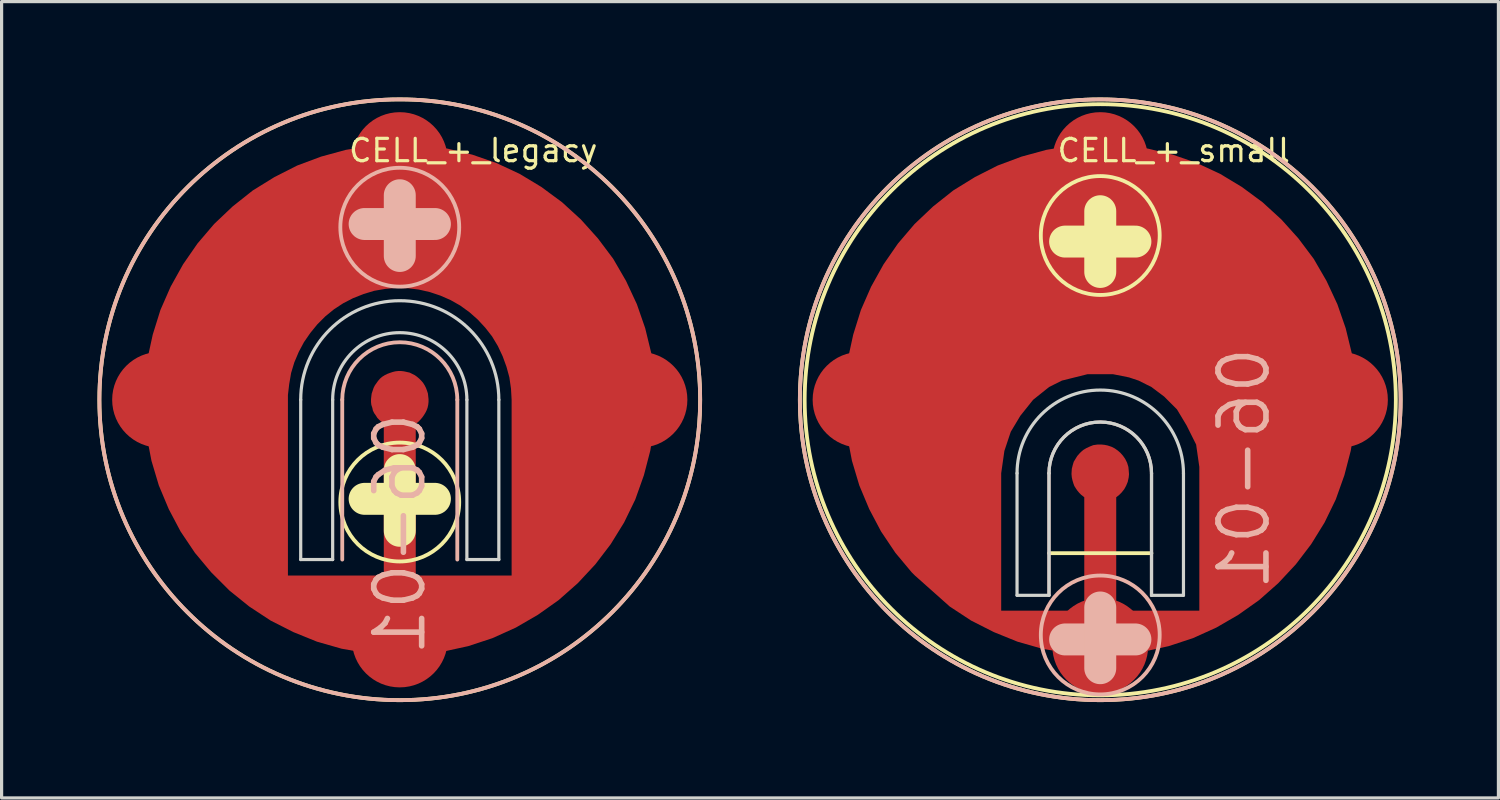
<source format=kicad_pcb>
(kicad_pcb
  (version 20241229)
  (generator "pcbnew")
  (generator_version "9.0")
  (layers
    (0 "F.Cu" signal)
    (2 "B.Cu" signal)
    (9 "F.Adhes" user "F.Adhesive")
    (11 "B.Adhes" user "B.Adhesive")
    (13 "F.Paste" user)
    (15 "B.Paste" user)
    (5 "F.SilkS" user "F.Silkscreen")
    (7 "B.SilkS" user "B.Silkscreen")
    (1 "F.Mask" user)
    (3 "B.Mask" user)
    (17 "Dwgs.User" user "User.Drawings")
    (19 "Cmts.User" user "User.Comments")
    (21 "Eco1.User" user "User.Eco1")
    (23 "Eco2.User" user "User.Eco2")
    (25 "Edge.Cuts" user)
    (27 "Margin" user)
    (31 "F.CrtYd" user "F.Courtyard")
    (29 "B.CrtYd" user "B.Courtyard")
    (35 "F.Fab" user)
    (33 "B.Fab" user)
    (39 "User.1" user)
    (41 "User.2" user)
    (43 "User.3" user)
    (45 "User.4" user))
  (footprint "CELL_+_small"
    (layer "F.Cu")
    (at 31.38 9.46)
    (property "Reference" "CELL_+_small" (at 2.3 -7.8 0) (layer "F.SilkS") (effects (font (size 0.7 0.7) (thickness 0.1))))
    (property "Number" "06-01" (at 0 0 0) (layer "F.Fab") (hide yes) (effects (font (size 1.27 1.27) (thickness 0.15))))
    (attr smd)
    (fp_line (start -1.1 -4.95) (end 1.1 -4.95) (stroke (width 1) (type solid)) (layer "F.SilkS"))
    (fp_line (start 0 -5.9) (end 0 -4) (stroke (width 1) (type solid)) (layer "F.SilkS"))
    (fp_line (start 1.6 4.8) (end -1.6 4.8) (stroke (width 0.12) (type solid)) (layer "F.SilkS"))
    (fp_circle (center 0 -5.14) (end -1.5 -6.24) (stroke (width 0.12) (type solid)) (fill no) (layer "F.SilkS"))
    (fp_circle (center 0 0) (end 9.25 0) (stroke (width 0.12) (type solid)) (fill no) (layer "F.SilkS"))
    (fp_circle (center 0 0) (end 9.4 0) (stroke (width 0.12) (type solid)) (fill no) (layer "F.SilkS"))
    (fp_line (start -1.604 6.119) (end -1.604 2.3) (stroke (width 0.1) (type solid)) (layer "B.SilkS"))
    (fp_line (start -1.1 7.5) (end 1.1 7.5) (stroke (width 1) (type solid)) (layer "B.SilkS"))
    (fp_line (start 0 6.5) (end 0 8.4) (stroke (width 1) (type solid)) (layer "B.SilkS"))
    (fp_line (start 1.604 2.3) (end 1.604 6.119) (stroke (width 0.1) (type solid)) (layer "B.SilkS"))
    (fp_arc (start -1.604005 2.3) (mid 0 0.695995) (end 1.604005 2.3) (stroke (width 0.1) (type solid)) (layer "B.SilkS"))
    (fp_circle (center 0 0) (end 9.4 0) (stroke (width 0.12) (type solid)) (fill no) (layer "B.SilkS"))
    (fp_circle (center 0 7.36) (end 1.86 7.36) (stroke (width 0.12) (type solid)) (fill no) (layer "B.SilkS"))
    (fp_line (start -2.604 2.3) (end -2.604 6.119) (stroke (width 0.1) (type solid)) (layer "Edge.Cuts"))
    (fp_line (start -1.604 6.119) (end -2.604 6.119) (stroke (width 0.1) (type solid)) (layer "Edge.Cuts"))
    (fp_line (start -1.604 6.119) (end -1.604 2.3) (stroke (width 0.1) (type solid)) (layer "Edge.Cuts"))
    (fp_line (start 1.604 2.3) (end 1.604 6.119) (stroke (width 0.1) (type solid)) (layer "Edge.Cuts"))
    (fp_line (start 1.604 6.119) (end 2.604 6.119) (stroke (width 0.1) (type solid)) (layer "Edge.Cuts"))
    (fp_line (start 2.604 6.119) (end 2.604 2.3) (stroke (width 0.1) (type solid)) (layer "Edge.Cuts"))
    (fp_arc (start -2.603817 2.3) (mid 0 -0.303817) (end 2.603817 2.3) (stroke (width 0.1) (type solid)) (layer "Edge.Cuts"))
    (fp_arc (start -1.604005 2.3) (mid 0 0.695995) (end 1.604005 2.3) (stroke (width 0.1) (type solid)) (layer "Edge.Cuts"))
    (fp_text user "${Number}" (at 4.5 2.15 90) (layer "B.SilkS") (effects (font (size 1.5 1.5) (thickness 0.175)) (justify mirror)))
    (pad "" smd circle (at 0 2.3) (size 1.8 1.8) (layers "F.Mask"))
    (pad "" smd circle (at 0 2.3) (size 3.3 3.3) (layers "F.Paste"))
    (pad "" smd rect (at 0 3.6) (size 3.3 2.5) (layers "F.Paste"))
    (pad "1" smd circle (at -7.5 0) (size 3 3) (layers "F.Cu"))
    (pad "1" smd circle (at 0 -7.5) (size 3 3) (layers "F.Cu"))
    (pad "1" smd custom (at 0 -3) (size 3 3) (layers "F.Cu") (options (anchor circle)) (primitives (gr_poly (pts (xy -6.41 7.79) (xy -6.86 7.12) (xy -7.23 6.42) (xy -7.54 5.68) (xy -7.77 4.91) (xy -7.92 4.13) (xy -7.99 3.33) (xy -7.99 2.53) (xy -7.9 1.74) (xy -7.73 0.96) (xy -7.49 0.19) (xy -7.17 -0.54) (xy -6.78 -1.24) (xy -6.33 -1.89) (xy -5.81 -2.5) (xy -5.23 -3.05) (xy -4.6 -3.55) (xy -3.92 -3.97) (xy -3.21 -4.33) (xy -2.46 -4.61) (xy -1.69 -4.82) (xy -0.9 -4.95) (xy -0.1 -5) (xy 0.7 -4.97) (xy 1.49 -4.86) (xy 2.27 -4.67) (xy 3.02 -4.41) (xy 3.75 -4.07) (xy 4.43 -3.66) (xy 5.08 -3.18) (xy 5.67 -2.64) (xy 6.2 -2.05) (xy 6.68 -1.41) (xy 7.08 -0.72) (xy 7.42 0.01) (xy 7.68 0.76) (xy 7.87 1.54) (xy 7.97 2.34) (xy 7.995 3) (xy 8 3) (xy 7.997 3.056) (xy 8 3.13) (xy 7.994 3.13) (xy 7.96 3.8) (xy 7.84 4.59) (xy 7.64 5.36) (xy 7.37 6.12) (xy 7.02 6.84) (xy 6.6 7.52) (xy 6.12 8.15) (xy 5.57 8.74) (xy 4.97 9.27) (xy 4.32 9.73) (xy 3.63 10.13) (xy 2.9 10.46) (xy 2.14 10.71) (xy 1.36 10.88) (xy 0.57 10.98) (xy -0.23 11) (xy -1.03 10.93) (xy -1.82 10.79) (xy -2.59 10.57) (xy -3.33 10.27) (xy -4.04 9.91) (xy -4.71 9.47) (xy -5.8 8.5) (xy -3.1 9.6) (xy -0.5 9.6) (xy -0.5 6.05) (xy -0.6 5.971) (xy -0.66 5.91) (xy -0.711 5.85) (xy -0.76 5.78) (xy -0.81 5.7) (xy -0.84 5.62) (xy -0.87 5.52) (xy -0.89 5.43) (xy -0.9 5.32) (xy -0.89 5.16) (xy -0.86 5.04) (xy -0.83 4.94) (xy -0.77 4.841) (xy -0.72 4.76) (xy -0.65 4.68) (xy -0.6 4.63) (xy -0.53 4.57) (xy -0.43 4.51) (xy -0.32 4.46) (xy -0.22 4.42) (xy -0.08 4.4) (xy 0.03 4.4) (xy 0.13 4.41) (xy 0.23 4.43) (xy 0.35 4.47) (xy 0.45 4.52) (xy 0.55 4.59) (xy 0.63 4.66) (xy 0.71 4.75) (xy 0.78 4.85) (xy 0.84 4.97) (xy 0.88 5.1) (xy 0.89 5.2) (xy 0.9 5.33) (xy 0.89 5.43) (xy 0.86 5.57) (xy 0.81 5.69) (xy 0.75 5.8) (xy 0.67 5.9) (xy 0.59 5.98) (xy 0.5 6.05) (xy 0.5 9.6) (xy 3.1 9.6) (xy 3.1 5.1) (xy 3 4.4) (xy 2.7 3.8) (xy 2.4 3.3) (xy 2 2.9) (xy 1.6 2.6) (xy 1.2 2.4) (xy 0.9 2.3) (xy 0.4 2.2) (xy 0 2.2) (xy -0.4 2.2) (xy -0.8 2.3) (xy -1.2 2.4) (xy -1.6 2.6) (xy -2.1 3) (xy -2.5 3.5) (xy -2.8 4) (xy -3 4.6) (xy -3.1 5.3) (xy -3.1 9.6) (xy -5.8 8.5) (xy -5.9 8.4)) (width 0) (fill yes))))
    (pad "1" smd circle (at 0 7.7) (size 3 3) (layers "F.Cu"))
    (pad "1" smd circle (at 7.5 0) (size 3 3) (layers "F.Cu"))
    (zone (net_name "") (layers "F.Cu" "B.Cu") (hatch edge 0.508) (connect_pads) (min_thickness 0.254) (filled_areas_thickness no) (keepout (tracks not_allowed) (vias not_allowed) (pads allowed) (copperpour not_allowed) (footprints allowed)) (placement (enabled no)) (fill) (polygon (pts (xy 33.03 11.812) (xy 32.98 11.26) (xy 32.78 10.86) (xy 32.43 10.46) (xy 32.03 10.21) (xy 31.43 10.06) (xy 31.42 10.862) (xy 31.6 10.892) (xy 31.77 10.952) (xy 31.92 11.042) (xy 32.05 11.162) (xy 32.135 11.272) (xy 32.2 11.392) (xy 32.26 11.562) (xy 32.28 11.742) (xy 32.275 11.877) (xy 32.25 12.012) (xy 32.2 12.132) (xy 32.13 12.252) (xy 32.02 12.392) (xy 31.88 12.512) (xy 30.88 12.512) (xy 30.74 12.392) (xy 30.63 12.252) (xy 30.54 12.102) (xy 30.485 11.877) (xy 30.49 11.652) (xy 30.53 11.482) (xy 30.6 11.312) (xy 30.7 11.172) (xy 30.83 11.042) (xy 30.99 10.952) (xy 31.16 10.892) (xy 31.33 10.862) (xy 31.33 10.06) (xy 30.88 10.16) (xy 30.68 10.26) (xy 30.28 10.46) (xy 29.98 10.86) (xy 29.78 11.26) (xy 29.73 11.662) (xy 29.73 12.162) (xy 29.73 12.662) (xy 29.701 15.662) (xy 33.001 15.652) (xy 33.03 12.512)))))
  (footprint "CELL_+_legacy"
    (layer "F.Cu")
    (at 9.46 9.46)
    (property "Reference" "CELL_+_legacy" (at 2.3 -7.8 0) (layer "F.SilkS") (effects (font (size 0.7 0.7) (thickness 0.1))))
    (property "Number" "06-01" (at 0 0 0) (layer "F.Fab") (hide yes) (effects (font (size 1.27 1.27) (thickness 0.15))))
    (attr through_hole)
    (fp_line (start -1.1 3.1) (end 1.1 3.1) (stroke (width 1) (type solid)) (layer "F.SilkS"))
    (fp_line (start 0 2.2) (end 0 4.1) (stroke (width 1) (type solid)) (layer "F.SilkS"))
    (fp_circle (center 0 0) (end 9.4 0) (stroke (width 0.12) (type solid)) (fill no) (layer "F.SilkS"))
    (fp_circle (center 0 3.2) (end -1.5 2.1) (stroke (width 0.12) (type solid)) (fill no) (layer "F.SilkS"))
    (fp_line (start -1.8 0) (end -1.8 5) (stroke (width 0.12) (type solid)) (layer "B.SilkS"))
    (fp_line (start -1.1 -5.5) (end 1.1 -5.5) (stroke (width 1) (type solid)) (layer "B.SilkS"))
    (fp_line (start 0 -6.4) (end 0 -4.5) (stroke (width 1) (type solid)) (layer "B.SilkS"))
    (fp_line (start 1.8 0) (end 1.8 5) (stroke (width 0.12) (type solid)) (layer "B.SilkS"))
    (fp_arc (start -1.8 0) (mid 0 -1.8) (end 1.8 0) (stroke (width 0.12) (type solid)) (layer "B.SilkS"))
    (fp_circle (center 0 -5.4) (end 1.86 -5.4) (stroke (width 0.12) (type solid)) (fill no) (layer "B.SilkS"))
    (fp_circle (center 0 0) (end 9.4 0) (stroke (width 0.12) (type solid)) (fill no) (layer "B.SilkS"))
    (fp_line (start -3.1 0) (end -3.1 5) (stroke (width 0.1) (type solid)) (layer "Edge.Cuts"))
    (fp_line (start -3.1 5) (end -2.1 5) (stroke (width 0.1) (type solid)) (layer "Edge.Cuts"))
    (fp_line (start -2.1 5) (end -2.1 0) (stroke (width 0.1) (type solid)) (layer "Edge.Cuts"))
    (fp_line (start 2.1 0) (end 2.1 5) (stroke (width 0.1) (type solid)) (layer "Edge.Cuts"))
    (fp_line (start 2.1 5) (end 3.1 5) (stroke (width 0.1) (type solid)) (layer "Edge.Cuts"))
    (fp_line (start 3.1 5) (end 3.1 0) (stroke (width 0.1) (type solid)) (layer "Edge.Cuts"))
    (fp_arc (start -3.1 0) (mid 0 -3.1) (end 3.1 0) (stroke (width 0.1) (type solid)) (layer "Edge.Cuts"))
    (fp_arc (start -2.1 0) (mid 0 -2.1) (end 2.1 0) (stroke (width 0.1) (type solid)) (layer "Edge.Cuts"))
    (fp_text user "${Number}" (at 0 4.2 90) (layer "B.SilkS") (effects (font (size 1.5 1.5) (thickness 0.175)) (justify mirror)))
    (pad "" smd circle (at 0 0) (size 1.8 1.8) (layers "F.Mask"))
    (pad "" smd circle (at 0 0) (size 4 4) (layers "F.Paste"))
    (pad "1" smd circle (at -7.5 0) (size 3 3) (layers "F.Cu"))
    (pad "1" smd circle (at 0 -7.5) (size 3 3) (layers "F.Cu"))
    (pad "1" smd custom (at 0 0) (size 1 1) (layers "F.Cu") (options (anchor circle)) (primitives (gr_poly (pts (xy -6.41 4.79) (xy -6.86 4.12) (xy -7.23 3.42) (xy -7.54 2.68) (xy -7.77 1.91) (xy -7.92 1.13) (xy -7.99 0.33) (xy -7.99 -0.47) (xy -7.9 -1.26) (xy -7.73 -2.04) (xy -7.49 -2.81) (xy -7.17 -3.54) (xy -6.78 -4.24) (xy -6.33 -4.89) (xy -5.81 -5.5) (xy -5.23 -6.05) (xy -4.6 -6.55) (xy -3.92 -6.97) (xy -3.21 -7.33) (xy -2.46 -7.61) (xy -1.69 -7.82) (xy -0.9 -7.95) (xy -0.1 -8) (xy 0.7 -7.97) (xy 1.49 -7.86) (xy 2.27 -7.67) (xy 3.02 -7.41) (xy 3.75 -7.07) (xy 4.43 -6.66) (xy 5.08 -6.18) (xy 5.67 -5.64) (xy 6.2 -5.05) (xy 6.68 -4.41) (xy 7.08 -3.72) (xy 7.42 -2.99) (xy 7.68 -2.24) (xy 7.87 -1.46) (xy 7.97 -0.66) (xy 7.995 0) (xy 8 0) (xy 7.997 0.056) (xy 8 0.13) (xy 7.994 0.13) (xy 7.96 0.8) (xy 7.84 1.59) (xy 7.64 2.36) (xy 7.37 3.12) (xy 7.02 3.84) (xy 6.6 4.52) (xy 6.12 5.15) (xy 5.57 5.74) (xy 4.97 6.27) (xy 4.32 6.73) (xy 3.63 7.13) (xy 2.9 7.46) (xy 2.14 7.71) (xy 1.36 7.88) (xy 0.57 7.98) (xy -0.23 8) (xy -1.03 7.93) (xy -1.82 7.79) (xy -2.59 7.57) (xy -3.33 7.27) (xy -4.04 6.91) (xy -4.71 6.47) (xy -5.33 5.97) (xy -5.8 5.5) (xy -3.5 5.5) (xy -0.5 5.5) (xy -0.5 0.75) (xy -0.64 0.63) (xy -0.7 0.57) (xy -0.75 0.49) (xy -0.8 0.42) (xy -0.84 0.34) (xy -0.86 0.25) (xy -0.89 0.16) (xy -0.9 0.07) (xy -0.9 -0.02) (xy -0.89 -0.11) (xy -0.88 -0.19) (xy -0.82 -0.37) (xy -0.78 -0.45) (xy -0.68 -0.59) (xy -0.62 -0.66) (xy -0.55 -0.72) (xy -0.47 -0.77) (xy -0.39 -0.81) (xy -0.31 -0.84) (xy -0.22 -0.87) (xy -0.14 -0.89) (xy -0.05 -0.9) (xy 0.04 -0.9) (xy 0.13 -0.89) (xy 0.31 -0.85) (xy 0.47 -0.77) (xy 0.54 -0.72) (xy 0.61 -0.66) (xy 0.67 -0.6) (xy 0.73 -0.53) (xy 0.78 -0.45) (xy 0.82 -0.37) (xy 0.85 -0.29) (xy 0.88 -0.2) (xy 0.9 -0.02) (xy 0.9 0.07) (xy 0.89 0.16) (xy 0.87 0.25) (xy 0.84 0.33) (xy 0.8 0.41) (xy 0.75 0.49) (xy 0.7 0.56) (xy 0.64 0.63) (xy 0.58 0.69) (xy 0.5 0.75) (xy 0.5 5.5) (xy 3.5 5.5) (xy 3.5 0) (xy 3.48 -0.35) (xy 3.43 -0.7) (xy 3.34 -1.03) (xy 3.22 -1.36) (xy 3.07 -1.68) (xy 2.89 -1.98) (xy 2.68 -2.25) (xy 2.44 -2.51) (xy 2.18 -2.74) (xy 1.89 -2.95) (xy 1.59 -3.12) (xy 1.27 -3.26) (xy 0.94 -3.37) (xy 0.59 -3.45) (xy 0.25 -3.49) (xy -0.1 -3.5) (xy -0.45 -3.47) (xy -0.8 -3.41) (xy -1.13 -3.31) (xy -1.46 -3.18) (xy -1.77 -3.02) (xy -2.06 -2.83) (xy -2.33 -2.61) (xy -2.58 -2.36) (xy -2.8 -2.09) (xy -3 -1.8) (xy -3.16 -1.5) (xy -3.3 -1.17) (xy -3.4 -0.84) (xy -3.46 -0.49) (xy -3.5 -0.15) (xy -3.5 5.5) (xy -5.8 5.5) (xy -5.9 5.4)) (width 0) (fill yes))))
    (pad "1" smd circle (at 0 7.5) (size 3 3) (layers "F.Cu"))
    (pad "1" smd circle (at 7.5 0) (size 3 3) (layers "F.Cu"))
    (zone (net_name "") (layers "F.Cu" "B.Cu") (hatch edge 0.508) (connect_pads) (min_thickness 0.254) (filled_areas_thickness no) (keepout (tracks not_allowed) (vias not_allowed) (pads allowed) (copperpour not_allowed) (footprints allowed)) (placement (enabled no)) (fill) (polygon (pts (xy 11.56 9.26) (xy 11.46 8.66) (xy 11.16 8.16) (xy 10.66 7.66) (xy 10.26 7.46) (xy 9.56 7.36) (xy 9.5 8.56) (xy 9.68 8.59) (xy 9.85 8.65) (xy 10 8.74) (xy 10.13 8.86) (xy 10.215 8.97) (xy 10.28 9.09) (xy 10.34 9.26) (xy 10.36 9.44) (xy 10.355 9.575) (xy 10.33 9.71) (xy 10.28 9.83) (xy 10.21 9.95) (xy 10.1 10.09) (xy 9.96 10.21) (xy 8.96 10.21) (xy 8.82 10.09) (xy 8.71 9.95) (xy 8.62 9.8) (xy 8.565 9.575) (xy 8.57 9.35) (xy 8.61 9.18) (xy 8.68 9.01) (xy 8.78 8.87) (xy 8.91 8.74) (xy 9.07 8.65) (xy 9.24 8.59) (xy 9.41 8.56) (xy 9.36 7.36) (xy 9.06 7.36) (xy 8.66 7.46) (xy 8.16 7.76) (xy 7.76 8.16) (xy 7.56 8.56) (xy 7.36 9.06) (xy 7.36 9.46) (xy 7.36 9.96) (xy 7.36 14.96) (xy 11.56 14.96) (xy 11.56 9.96)))))
  (gr_rect
    (start -3 -3)
    (end 43.84 21.92)
    (stroke (width 0.1) (type default))
    (fill no)
    (layer "Edge.Cuts")))
</source>
